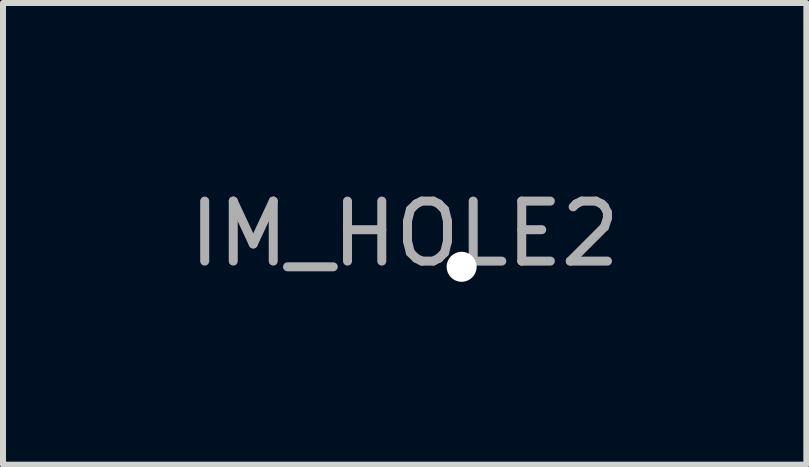
<source format=kicad_pcb>
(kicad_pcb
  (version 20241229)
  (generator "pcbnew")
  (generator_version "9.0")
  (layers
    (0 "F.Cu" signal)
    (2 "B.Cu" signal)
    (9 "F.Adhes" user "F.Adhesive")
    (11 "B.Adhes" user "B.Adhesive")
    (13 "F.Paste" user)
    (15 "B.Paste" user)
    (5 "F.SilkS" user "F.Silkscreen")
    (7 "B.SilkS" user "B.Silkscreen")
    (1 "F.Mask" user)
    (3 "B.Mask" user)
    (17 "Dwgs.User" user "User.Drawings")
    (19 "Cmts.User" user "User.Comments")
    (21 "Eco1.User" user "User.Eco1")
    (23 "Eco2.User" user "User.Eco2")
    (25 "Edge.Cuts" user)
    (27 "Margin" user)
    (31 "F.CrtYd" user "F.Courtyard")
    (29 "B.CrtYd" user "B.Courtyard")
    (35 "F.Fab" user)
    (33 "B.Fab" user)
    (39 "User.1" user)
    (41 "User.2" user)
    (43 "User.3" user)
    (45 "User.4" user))
  (footprint "IM_HOLE2"
    (layer "F.Cu")
    (at 4.646 1.398)
    (property "Reference" "IM_HOLE2" (at -0.95 -0.55 0) (layer "F.Fab") (effects (font (size 1 1) (thickness 0.15))))
    (attr exclude_from_pos_files exclude_from_bom)
    (pad "" np_thru_hole circle (at 0 0) (size 0.5 0.5) (drill 0.5) (layers "*.Cu" "*.Mask")))
  (gr_rect
    (start -3 -3)
    (end 10.393 4.697)
    (stroke (width 0.1) (type default))
    (fill no)
    (layer "Edge.Cuts")))
</source>
